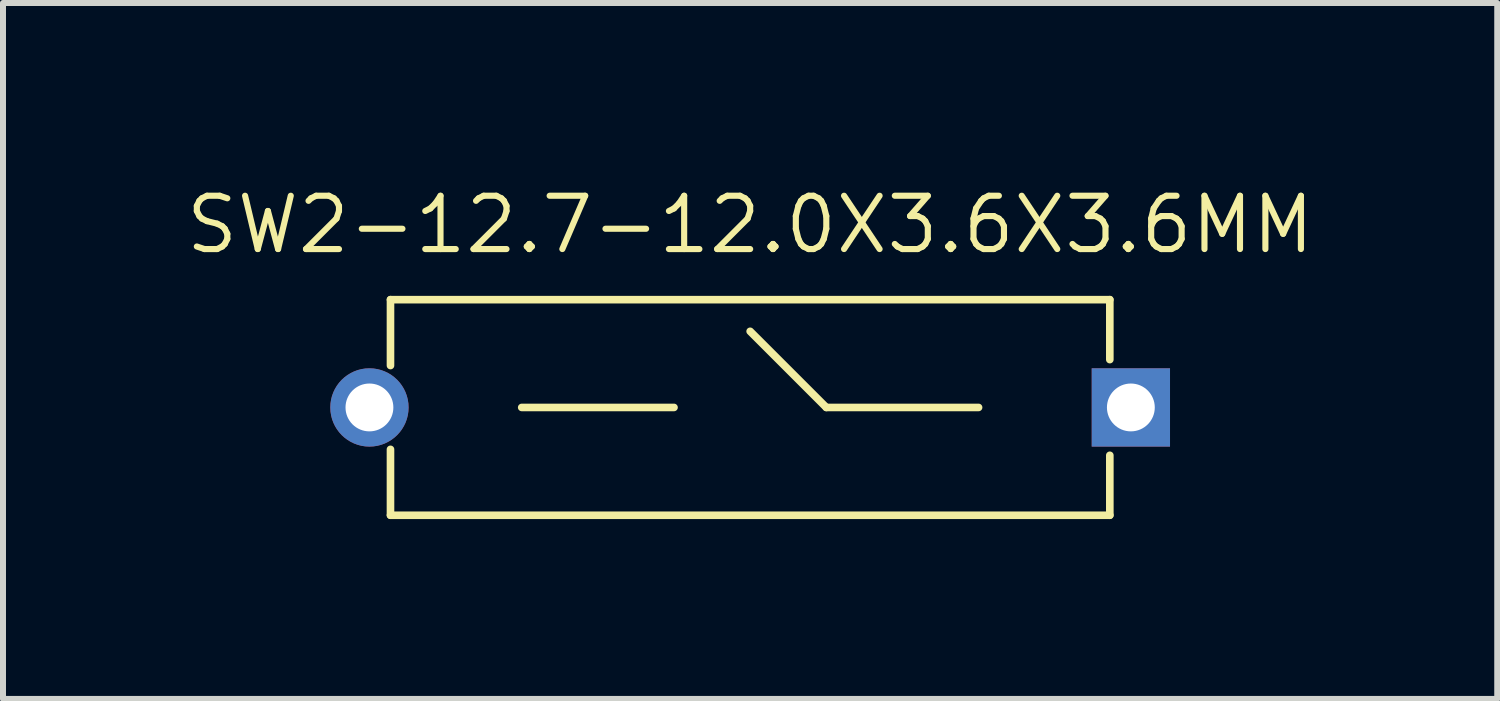
<source format=kicad_pcb>
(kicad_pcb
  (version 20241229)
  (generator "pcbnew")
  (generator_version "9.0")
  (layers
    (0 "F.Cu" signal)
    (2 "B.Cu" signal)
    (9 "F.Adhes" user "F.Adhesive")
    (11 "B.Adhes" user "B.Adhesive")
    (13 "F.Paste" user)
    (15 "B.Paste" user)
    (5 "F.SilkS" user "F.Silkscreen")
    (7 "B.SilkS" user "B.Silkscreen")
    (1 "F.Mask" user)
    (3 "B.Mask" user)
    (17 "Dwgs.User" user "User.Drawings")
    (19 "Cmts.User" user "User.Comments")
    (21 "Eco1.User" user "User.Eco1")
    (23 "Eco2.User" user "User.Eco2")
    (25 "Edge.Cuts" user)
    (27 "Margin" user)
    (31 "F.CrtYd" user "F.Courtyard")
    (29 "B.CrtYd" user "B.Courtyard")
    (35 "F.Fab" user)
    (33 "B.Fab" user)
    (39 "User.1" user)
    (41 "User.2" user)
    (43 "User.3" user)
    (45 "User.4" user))
  (footprint "SW2-12.7-12.0X3.6X3.6MM"
    (layer "F.Cu")
    (at 9.462 3.746)
    (property "Reference" "SW2-12.7-12.0X3.6X3.6MM" (at 0 -3.048 0) (layer "F.SilkS") (effects (font (size 0.889 0.889) (thickness 0.102))))
    (attr exclude_from_pos_files exclude_from_bom)
    (fp_line (start -5.999 -1.798) (end -5.999 -0.699) (stroke (width 0.127) (type solid)) (layer "F.SilkS"))
    (fp_line (start -5.999 1.798) (end -5.999 0.699) (stroke (width 0.127) (type solid)) (layer "F.SilkS"))
    (fp_line (start -5.999 1.798) (end 5.999 1.798) (stroke (width 0.127) (type solid)) (layer "F.SilkS"))
    (fp_line (start -3.81 0) (end -1.27 0) (stroke (width 0.127) (type solid)) (layer "F.SilkS"))
    (fp_line (start 1.27 0) (end 0 -1.27) (stroke (width 0.127) (type solid)) (layer "F.SilkS"))
    (fp_line (start 3.81 0) (end 1.27 0) (stroke (width 0.127) (type solid)) (layer "F.SilkS"))
    (fp_line (start 5.999 -1.798) (end -5.999 -1.798) (stroke (width 0.127) (type solid)) (layer "F.SilkS"))
    (fp_line (start 5.999 -1.798) (end 5.999 -0.798) (stroke (width 0.127) (type solid)) (layer "F.SilkS"))
    (fp_line (start 5.999 1.798) (end 5.999 0.798) (stroke (width 0.127) (type solid)) (layer "F.SilkS"))
    (pad "1" thru_hole rect (at 6.35 0) (size 1.306 1.306) (drill 0.798) (layers "*.Cu" "*.Mask"))
    (pad "2" thru_hole circle (at -6.35 0) (size 1.306 1.306) (drill 0.798) (layers "*.Cu" "*.Mask")))
  (gr_rect
    (start -3 -3)
    (end 21.923 8.608)
    (stroke (width 0.1) (type default))
    (fill no)
    (layer "Edge.Cuts")))
</source>
